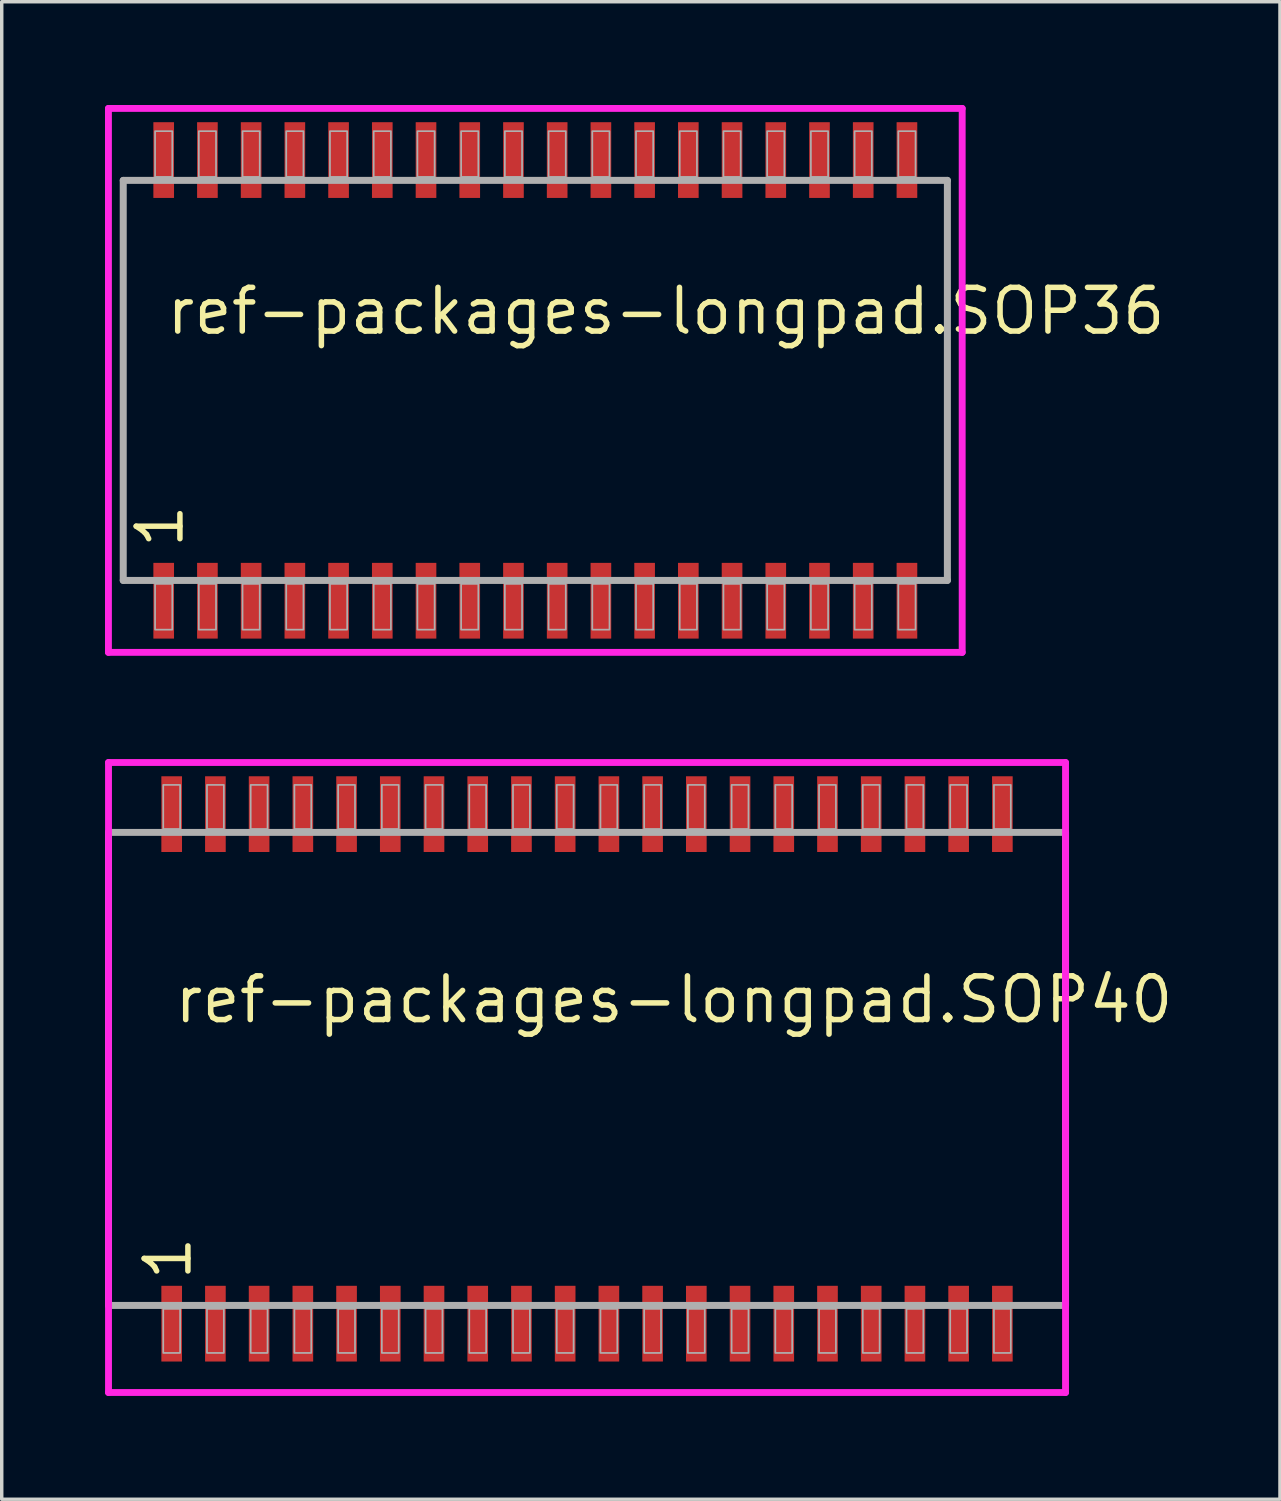
<source format=kicad_pcb>
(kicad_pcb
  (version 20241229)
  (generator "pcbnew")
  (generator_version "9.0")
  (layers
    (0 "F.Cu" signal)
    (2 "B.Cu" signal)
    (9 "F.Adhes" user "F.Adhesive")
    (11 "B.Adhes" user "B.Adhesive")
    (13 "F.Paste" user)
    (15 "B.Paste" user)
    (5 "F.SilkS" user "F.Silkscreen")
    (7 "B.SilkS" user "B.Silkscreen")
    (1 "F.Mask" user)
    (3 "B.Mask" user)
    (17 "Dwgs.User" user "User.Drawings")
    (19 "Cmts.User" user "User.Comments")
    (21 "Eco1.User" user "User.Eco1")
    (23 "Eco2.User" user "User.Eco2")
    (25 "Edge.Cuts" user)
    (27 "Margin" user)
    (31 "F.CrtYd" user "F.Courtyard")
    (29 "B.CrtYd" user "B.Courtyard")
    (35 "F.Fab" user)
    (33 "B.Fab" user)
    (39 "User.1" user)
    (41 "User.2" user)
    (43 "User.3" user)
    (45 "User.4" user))
  (footprint "ref-packages-longpad.SOP40"
    (layer "F.Cu")
    (at 14.002 28)
    (property "Reference" "ref-packages-longpad.SOP40" (at -12.065 -1.27 0) (layer "F.SilkS") (effects (font (size 1.27 1.27) (thickness 0.16)) (justify left bottom)))
    (attr smd)
    (fp_line (start -13.9 -8.9) (end 13.9 -8.9) (stroke (width 0.2) (type default)) (layer "F.CrtYd"))
    (fp_line (start -13.9 9.4) (end -13.9 -8.9) (stroke (width 0.2) (type default)) (layer "F.CrtYd"))
    (fp_line (start 13.9 -8.9) (end 13.9 9.4) (stroke (width 0.2) (type default)) (layer "F.CrtYd"))
    (fp_line (start 13.9 9.4) (end -13.9 9.4) (stroke (width 0.2) (type default)) (layer "F.CrtYd"))
    (fp_line (start -13.9 -6.87) (end 13.9 -6.87) (stroke (width 0.203) (type default)) (layer "F.Fab"))
    (fp_line (start -13.9 6.87) (end -13.9 -6.87) (stroke (width 0.203) (type default)) (layer "F.Fab"))
    (fp_line (start 13.9 -6.87) (end 13.9 6.87) (stroke (width 0.203) (type default)) (layer "F.Fab"))
    (fp_line (start 13.9 6.87) (end -13.9 6.87) (stroke (width 0.203) (type default)) (layer "F.Fab"))
    (fp_rect (start -12.31 -6.97) (end -11.82 -8.25) (stroke (width 0.05) (type default)) (fill no) (layer "F.Fab"))
    (fp_rect (start -12.31 8.25) (end -11.82 6.97) (stroke (width 0.05) (type default)) (fill no) (layer "F.Fab"))
    (fp_rect (start -11.04 -6.97) (end -10.55 -8.25) (stroke (width 0.05) (type default)) (fill no) (layer "F.Fab"))
    (fp_rect (start -11.04 8.25) (end -10.55 6.97) (stroke (width 0.05) (type default)) (fill no) (layer "F.Fab"))
    (fp_rect (start -9.77 -6.97) (end -9.28 -8.25) (stroke (width 0.05) (type default)) (fill no) (layer "F.Fab"))
    (fp_rect (start -9.77 8.25) (end -9.28 6.97) (stroke (width 0.05) (type default)) (fill no) (layer "F.Fab"))
    (fp_rect (start -8.5 -6.97) (end -8.01 -8.25) (stroke (width 0.05) (type default)) (fill no) (layer "F.Fab"))
    (fp_rect (start -8.5 8.25) (end -8.01 6.97) (stroke (width 0.05) (type default)) (fill no) (layer "F.Fab"))
    (fp_rect (start -7.23 -6.97) (end -6.74 -8.25) (stroke (width 0.05) (type default)) (fill no) (layer "F.Fab"))
    (fp_rect (start -7.23 8.25) (end -6.74 6.97) (stroke (width 0.05) (type default)) (fill no) (layer "F.Fab"))
    (fp_rect (start -5.96 -6.97) (end -5.47 -8.25) (stroke (width 0.05) (type default)) (fill no) (layer "F.Fab"))
    (fp_rect (start -5.96 8.25) (end -5.47 6.97) (stroke (width 0.05) (type default)) (fill no) (layer "F.Fab"))
    (fp_rect (start -4.69 -6.97) (end -4.2 -8.25) (stroke (width 0.05) (type default)) (fill no) (layer "F.Fab"))
    (fp_rect (start -4.69 8.25) (end -4.2 6.97) (stroke (width 0.05) (type default)) (fill no) (layer "F.Fab"))
    (fp_rect (start -3.42 -6.97) (end -2.93 -8.25) (stroke (width 0.05) (type default)) (fill no) (layer "F.Fab"))
    (fp_rect (start -3.42 8.25) (end -2.93 6.97) (stroke (width 0.05) (type default)) (fill no) (layer "F.Fab"))
    (fp_rect (start -2.15 -6.97) (end -1.66 -8.25) (stroke (width 0.05) (type default)) (fill no) (layer "F.Fab"))
    (fp_rect (start -2.15 8.25) (end -1.66 6.97) (stroke (width 0.05) (type default)) (fill no) (layer "F.Fab"))
    (fp_rect (start -0.88 -6.97) (end -0.39 -8.25) (stroke (width 0.05) (type default)) (fill no) (layer "F.Fab"))
    (fp_rect (start -0.88 8.25) (end -0.39 6.97) (stroke (width 0.05) (type default)) (fill no) (layer "F.Fab"))
    (fp_rect (start 0.39 -6.97) (end 0.88 -8.25) (stroke (width 0.05) (type default)) (fill no) (layer "F.Fab"))
    (fp_rect (start 0.39 8.25) (end 0.88 6.97) (stroke (width 0.05) (type default)) (fill no) (layer "F.Fab"))
    (fp_rect (start 1.66 -6.97) (end 2.15 -8.25) (stroke (width 0.05) (type default)) (fill no) (layer "F.Fab"))
    (fp_rect (start 1.66 8.25) (end 2.15 6.97) (stroke (width 0.05) (type default)) (fill no) (layer "F.Fab"))
    (fp_rect (start 2.93 -6.97) (end 3.42 -8.25) (stroke (width 0.05) (type default)) (fill no) (layer "F.Fab"))
    (fp_rect (start 2.93 8.25) (end 3.42 6.97) (stroke (width 0.05) (type default)) (fill no) (layer "F.Fab"))
    (fp_rect (start 4.2 -6.97) (end 4.69 -8.25) (stroke (width 0.05) (type default)) (fill no) (layer "F.Fab"))
    (fp_rect (start 4.2 8.25) (end 4.69 6.97) (stroke (width 0.05) (type default)) (fill no) (layer "F.Fab"))
    (fp_rect (start 5.47 -6.97) (end 5.96 -8.25) (stroke (width 0.05) (type default)) (fill no) (layer "F.Fab"))
    (fp_rect (start 5.47 8.25) (end 5.96 6.97) (stroke (width 0.05) (type default)) (fill no) (layer "F.Fab"))
    (fp_rect (start 6.74 -6.97) (end 7.23 -8.25) (stroke (width 0.05) (type default)) (fill no) (layer "F.Fab"))
    (fp_rect (start 6.74 8.25) (end 7.23 6.97) (stroke (width 0.05) (type default)) (fill no) (layer "F.Fab"))
    (fp_rect (start 8.01 -6.97) (end 8.5 -8.25) (stroke (width 0.05) (type default)) (fill no) (layer "F.Fab"))
    (fp_rect (start 8.01 8.25) (end 8.5 6.97) (stroke (width 0.05) (type default)) (fill no) (layer "F.Fab"))
    (fp_rect (start 9.28 -6.97) (end 9.77 -8.25) (stroke (width 0.05) (type default)) (fill no) (layer "F.Fab"))
    (fp_rect (start 9.28 8.25) (end 9.77 6.97) (stroke (width 0.05) (type default)) (fill no) (layer "F.Fab"))
    (fp_rect (start 10.55 -6.97) (end 11.04 -8.25) (stroke (width 0.05) (type default)) (fill no) (layer "F.Fab"))
    (fp_rect (start 10.55 8.25) (end 11.04 6.97) (stroke (width 0.05) (type default)) (fill no) (layer "F.Fab"))
    (fp_rect (start 11.82 -6.97) (end 12.31 -8.25) (stroke (width 0.05) (type default)) (fill no) (layer "F.Fab"))
    (fp_rect (start 11.82 8.25) (end 12.31 6.97) (stroke (width 0.05) (type default)) (fill no) (layer "F.Fab"))
    (fp_text user "1" (at -11.43 6.215 90) (layer "F.SilkS") (effects (font (size 1.27 1.27) (thickness 0.16)) (justify left bottom)))
    (pad "1" smd roundrect (at -12.065 7.4) (size 0.6 2.2) (layers "F.Cu" "F.Mask" "F.Paste") (roundrect_rratio 0.01))
    (pad "2" smd roundrect (at -10.795 7.4) (size 0.6 2.2) (layers "F.Cu" "F.Mask" "F.Paste") (roundrect_rratio 0.01))
    (pad "3" smd roundrect (at -9.525 7.4) (size 0.6 2.2) (layers "F.Cu" "F.Mask" "F.Paste") (roundrect_rratio 0.01))
    (pad "4" smd roundrect (at -8.255 7.4) (size 0.6 2.2) (layers "F.Cu" "F.Mask" "F.Paste") (roundrect_rratio 0.01))
    (pad "5" smd roundrect (at -6.985 7.4) (size 0.6 2.2) (layers "F.Cu" "F.Mask" "F.Paste") (roundrect_rratio 0.01))
    (pad "6" smd roundrect (at -5.715 7.4) (size 0.6 2.2) (layers "F.Cu" "F.Mask" "F.Paste") (roundrect_rratio 0.01))
    (pad "7" smd roundrect (at -4.445 7.4) (size 0.6 2.2) (layers "F.Cu" "F.Mask" "F.Paste") (roundrect_rratio 0.01))
    (pad "8" smd roundrect (at -3.175 7.4) (size 0.6 2.2) (layers "F.Cu" "F.Mask" "F.Paste") (roundrect_rratio 0.01))
    (pad "9" smd roundrect (at -1.905 7.4) (size 0.6 2.2) (layers "F.Cu" "F.Mask" "F.Paste") (roundrect_rratio 0.01))
    (pad "10" smd roundrect (at -0.635 7.4) (size 0.6 2.2) (layers "F.Cu" "F.Mask" "F.Paste") (roundrect_rratio 0.01))
    (pad "11" smd roundrect (at 0.635 7.4) (size 0.6 2.2) (layers "F.Cu" "F.Mask" "F.Paste") (roundrect_rratio 0.01))
    (pad "12" smd roundrect (at 1.905 7.4) (size 0.6 2.2) (layers "F.Cu" "F.Mask" "F.Paste") (roundrect_rratio 0.01))
    (pad "13" smd roundrect (at 3.175 7.4) (size 0.6 2.2) (layers "F.Cu" "F.Mask" "F.Paste") (roundrect_rratio 0.01))
    (pad "14" smd roundrect (at 4.445 7.4) (size 0.6 2.2) (layers "F.Cu" "F.Mask" "F.Paste") (roundrect_rratio 0.01))
    (pad "15" smd roundrect (at 5.715 7.4) (size 0.6 2.2) (layers "F.Cu" "F.Mask" "F.Paste") (roundrect_rratio 0.01))
    (pad "16" smd roundrect (at 6.985 7.4) (size 0.6 2.2) (layers "F.Cu" "F.Mask" "F.Paste") (roundrect_rratio 0.01))
    (pad "17" smd roundrect (at 8.255 7.4) (size 0.6 2.2) (layers "F.Cu" "F.Mask" "F.Paste") (roundrect_rratio 0.01))
    (pad "18" smd roundrect (at 9.525 7.4) (size 0.6 2.2) (layers "F.Cu" "F.Mask" "F.Paste") (roundrect_rratio 0.01))
    (pad "19" smd roundrect (at 10.795 7.4) (size 0.6 2.2) (layers "F.Cu" "F.Mask" "F.Paste") (roundrect_rratio 0.01))
    (pad "20" smd roundrect (at 12.065 7.4) (size 0.6 2.2) (layers "F.Cu" "F.Mask" "F.Paste") (roundrect_rratio 0.01))
    (pad "21" smd roundrect (at 12.065 -7.4) (size 0.6 2.2) (layers "F.Cu" "F.Mask" "F.Paste") (roundrect_rratio 0.01))
    (pad "22" smd roundrect (at 10.795 -7.4) (size 0.6 2.2) (layers "F.Cu" "F.Mask" "F.Paste") (roundrect_rratio 0.01))
    (pad "23" smd roundrect (at 9.525 -7.4) (size 0.6 2.2) (layers "F.Cu" "F.Mask" "F.Paste") (roundrect_rratio 0.01))
    (pad "24" smd roundrect (at 8.255 -7.4) (size 0.6 2.2) (layers "F.Cu" "F.Mask" "F.Paste") (roundrect_rratio 0.01))
    (pad "25" smd roundrect (at 6.985 -7.4) (size 0.6 2.2) (layers "F.Cu" "F.Mask" "F.Paste") (roundrect_rratio 0.01))
    (pad "26" smd roundrect (at 5.715 -7.4) (size 0.6 2.2) (layers "F.Cu" "F.Mask" "F.Paste") (roundrect_rratio 0.01))
    (pad "27" smd roundrect (at 4.445 -7.4) (size 0.6 2.2) (layers "F.Cu" "F.Mask" "F.Paste") (roundrect_rratio 0.01))
    (pad "28" smd roundrect (at 3.175 -7.4) (size 0.6 2.2) (layers "F.Cu" "F.Mask" "F.Paste") (roundrect_rratio 0.01))
    (pad "29" smd roundrect (at 1.905 -7.4) (size 0.6 2.2) (layers "F.Cu" "F.Mask" "F.Paste") (roundrect_rratio 0.01))
    (pad "30" smd roundrect (at 0.635 -7.4) (size 0.6 2.2) (layers "F.Cu" "F.Mask" "F.Paste") (roundrect_rratio 0.01))
    (pad "31" smd roundrect (at -0.635 -7.4) (size 0.6 2.2) (layers "F.Cu" "F.Mask" "F.Paste") (roundrect_rratio 0.01))
    (pad "32" smd roundrect (at -1.905 -7.4) (size 0.6 2.2) (layers "F.Cu" "F.Mask" "F.Paste") (roundrect_rratio 0.01))
    (pad "33" smd roundrect (at -3.175 -7.4) (size 0.6 2.2) (layers "F.Cu" "F.Mask" "F.Paste") (roundrect_rratio 0.01))
    (pad "34" smd roundrect (at -4.445 -7.4) (size 0.6 2.2) (layers "F.Cu" "F.Mask" "F.Paste") (roundrect_rratio 0.01))
    (pad "35" smd roundrect (at -5.715 -7.4) (size 0.6 2.2) (layers "F.Cu" "F.Mask" "F.Paste") (roundrect_rratio 0.01))
    (pad "36" smd roundrect (at -6.985 -7.4) (size 0.6 2.2) (layers "F.Cu" "F.Mask" "F.Paste") (roundrect_rratio 0.01))
    (pad "37" smd roundrect (at -8.255 -7.4) (size 0.6 2.2) (layers "F.Cu" "F.Mask" "F.Paste") (roundrect_rratio 0.01))
    (pad "38" smd roundrect (at -9.525 -7.4) (size 0.6 2.2) (layers "F.Cu" "F.Mask" "F.Paste") (roundrect_rratio 0.01))
    (pad "39" smd roundrect (at -10.795 -7.4) (size 0.6 2.2) (layers "F.Cu" "F.Mask" "F.Paste") (roundrect_rratio 0.01))
    (pad "40" smd roundrect (at -12.065 -7.4) (size 0.6 2.2) (layers "F.Cu" "F.Mask" "F.Paste") (roundrect_rratio 0.01)))
  (footprint "ref-packages-longpad.SOP36"
    (layer "F.Cu")
    (at 12.5 8)
    (property "Reference" "ref-packages-longpad.SOP36" (at -10.795 -1.27 0) (layer "F.SilkS") (effects (font (size 1.27 1.27) (thickness 0.16)) (justify left bottom)))
    (attr smd)
    (fp_line (start -12.4 -7.9) (end 12.4 -7.9) (stroke (width 0.2) (type default)) (layer "F.CrtYd"))
    (fp_line (start -12.4 7.9) (end -12.4 -7.9) (stroke (width 0.2) (type default)) (layer "F.CrtYd"))
    (fp_line (start 12.4 -7.9) (end 12.4 7.9) (stroke (width 0.2) (type default)) (layer "F.CrtYd"))
    (fp_line (start 12.4 7.9) (end -12.4 7.9) (stroke (width 0.2) (type default)) (layer "F.CrtYd"))
    (fp_line (start -11.97 -5.81) (end 11.97 -5.81) (stroke (width 0.203) (type default)) (layer "F.Fab"))
    (fp_line (start -11.97 5.81) (end -11.97 -5.81) (stroke (width 0.203) (type default)) (layer "F.Fab"))
    (fp_line (start 11.97 -5.81) (end 11.97 5.81) (stroke (width 0.203) (type default)) (layer "F.Fab"))
    (fp_line (start 11.97 5.81) (end -11.97 5.81) (stroke (width 0.203) (type default)) (layer "F.Fab"))
    (fp_rect (start -11.045 -5.91) (end -10.545 -7.24) (stroke (width 0.05) (type default)) (fill no) (layer "F.Fab"))
    (fp_rect (start -11.045 7.24) (end -10.545 5.91) (stroke (width 0.05) (type default)) (fill no) (layer "F.Fab"))
    (fp_rect (start -9.775 -5.91) (end -9.275 -7.24) (stroke (width 0.05) (type default)) (fill no) (layer "F.Fab"))
    (fp_rect (start -9.775 7.24) (end -9.275 5.91) (stroke (width 0.05) (type default)) (fill no) (layer "F.Fab"))
    (fp_rect (start -8.505 -5.91) (end -8.005 -7.24) (stroke (width 0.05) (type default)) (fill no) (layer "F.Fab"))
    (fp_rect (start -8.505 7.24) (end -8.005 5.91) (stroke (width 0.05) (type default)) (fill no) (layer "F.Fab"))
    (fp_rect (start -7.235 -5.91) (end -6.735 -7.24) (stroke (width 0.05) (type default)) (fill no) (layer "F.Fab"))
    (fp_rect (start -7.235 7.24) (end -6.735 5.91) (stroke (width 0.05) (type default)) (fill no) (layer "F.Fab"))
    (fp_rect (start -5.965 -5.91) (end -5.465 -7.24) (stroke (width 0.05) (type default)) (fill no) (layer "F.Fab"))
    (fp_rect (start -5.965 7.24) (end -5.465 5.91) (stroke (width 0.05) (type default)) (fill no) (layer "F.Fab"))
    (fp_rect (start -4.695 -5.91) (end -4.195 -7.24) (stroke (width 0.05) (type default)) (fill no) (layer "F.Fab"))
    (fp_rect (start -4.695 7.24) (end -4.195 5.91) (stroke (width 0.05) (type default)) (fill no) (layer "F.Fab"))
    (fp_rect (start -3.425 -5.91) (end -2.925 -7.24) (stroke (width 0.05) (type default)) (fill no) (layer "F.Fab"))
    (fp_rect (start -3.425 7.24) (end -2.925 5.91) (stroke (width 0.05) (type default)) (fill no) (layer "F.Fab"))
    (fp_rect (start -2.155 -5.91) (end -1.655 -7.24) (stroke (width 0.05) (type default)) (fill no) (layer "F.Fab"))
    (fp_rect (start -2.155 7.24) (end -1.655 5.91) (stroke (width 0.05) (type default)) (fill no) (layer "F.Fab"))
    (fp_rect (start -0.885 -5.91) (end -0.385 -7.24) (stroke (width 0.05) (type default)) (fill no) (layer "F.Fab"))
    (fp_rect (start -0.885 7.24) (end -0.385 5.91) (stroke (width 0.05) (type default)) (fill no) (layer "F.Fab"))
    (fp_rect (start 0.385 -5.91) (end 0.885 -7.24) (stroke (width 0.05) (type default)) (fill no) (layer "F.Fab"))
    (fp_rect (start 0.385 7.24) (end 0.885 5.91) (stroke (width 0.05) (type default)) (fill no) (layer "F.Fab"))
    (fp_rect (start 1.655 -5.91) (end 2.155 -7.24) (stroke (width 0.05) (type default)) (fill no) (layer "F.Fab"))
    (fp_rect (start 1.655 7.24) (end 2.155 5.91) (stroke (width 0.05) (type default)) (fill no) (layer "F.Fab"))
    (fp_rect (start 2.925 -5.91) (end 3.425 -7.24) (stroke (width 0.05) (type default)) (fill no) (layer "F.Fab"))
    (fp_rect (start 2.925 7.24) (end 3.425 5.91) (stroke (width 0.05) (type default)) (fill no) (layer "F.Fab"))
    (fp_rect (start 4.195 -5.91) (end 4.695 -7.24) (stroke (width 0.05) (type default)) (fill no) (layer "F.Fab"))
    (fp_rect (start 4.195 7.24) (end 4.695 5.91) (stroke (width 0.05) (type default)) (fill no) (layer "F.Fab"))
    (fp_rect (start 5.465 -5.91) (end 5.965 -7.24) (stroke (width 0.05) (type default)) (fill no) (layer "F.Fab"))
    (fp_rect (start 5.465 7.24) (end 5.965 5.91) (stroke (width 0.05) (type default)) (fill no) (layer "F.Fab"))
    (fp_rect (start 6.735 -5.91) (end 7.235 -7.24) (stroke (width 0.05) (type default)) (fill no) (layer "F.Fab"))
    (fp_rect (start 6.735 7.24) (end 7.235 5.91) (stroke (width 0.05) (type default)) (fill no) (layer "F.Fab"))
    (fp_rect (start 8.005 -5.91) (end 8.505 -7.24) (stroke (width 0.05) (type default)) (fill no) (layer "F.Fab"))
    (fp_rect (start 8.005 7.24) (end 8.505 5.91) (stroke (width 0.05) (type default)) (fill no) (layer "F.Fab"))
    (fp_rect (start 9.275 -5.91) (end 9.775 -7.24) (stroke (width 0.05) (type default)) (fill no) (layer "F.Fab"))
    (fp_rect (start 9.275 7.24) (end 9.775 5.91) (stroke (width 0.05) (type default)) (fill no) (layer "F.Fab"))
    (fp_rect (start 10.545 -5.91) (end 11.045 -7.24) (stroke (width 0.05) (type default)) (fill no) (layer "F.Fab"))
    (fp_rect (start 10.545 7.24) (end 11.045 5.91) (stroke (width 0.05) (type default)) (fill no) (layer "F.Fab"))
    (fp_text user "1" (at -10.16 4.945 90) (layer "F.SilkS") (effects (font (size 1.27 1.27) (thickness 0.16)) (justify left bottom)))
    (pad "1" smd roundrect (at -10.795 6.4) (size 0.6 2.2) (layers "F.Cu" "F.Mask" "F.Paste") (roundrect_rratio 0.01))
    (pad "2" smd roundrect (at -9.525 6.4) (size 0.6 2.2) (layers "F.Cu" "F.Mask" "F.Paste") (roundrect_rratio 0.01))
    (pad "3" smd roundrect (at -8.255 6.4) (size 0.6 2.2) (layers "F.Cu" "F.Mask" "F.Paste") (roundrect_rratio 0.01))
    (pad "4" smd roundrect (at -6.985 6.4) (size 0.6 2.2) (layers "F.Cu" "F.Mask" "F.Paste") (roundrect_rratio 0.01))
    (pad "5" smd roundrect (at -5.715 6.4) (size 0.6 2.2) (layers "F.Cu" "F.Mask" "F.Paste") (roundrect_rratio 0.01))
    (pad "6" smd roundrect (at -4.445 6.4) (size 0.6 2.2) (layers "F.Cu" "F.Mask" "F.Paste") (roundrect_rratio 0.01))
    (pad "7" smd roundrect (at -3.175 6.4) (size 0.6 2.2) (layers "F.Cu" "F.Mask" "F.Paste") (roundrect_rratio 0.01))
    (pad "8" smd roundrect (at -1.905 6.4) (size 0.6 2.2) (layers "F.Cu" "F.Mask" "F.Paste") (roundrect_rratio 0.01))
    (pad "9" smd roundrect (at -0.635 6.4) (size 0.6 2.2) (layers "F.Cu" "F.Mask" "F.Paste") (roundrect_rratio 0.01))
    (pad "10" smd roundrect (at 0.635 6.4) (size 0.6 2.2) (layers "F.Cu" "F.Mask" "F.Paste") (roundrect_rratio 0.01))
    (pad "11" smd roundrect (at 1.905 6.4) (size 0.6 2.2) (layers "F.Cu" "F.Mask" "F.Paste") (roundrect_rratio 0.01))
    (pad "12" smd roundrect (at 3.175 6.4) (size 0.6 2.2) (layers "F.Cu" "F.Mask" "F.Paste") (roundrect_rratio 0.01))
    (pad "13" smd roundrect (at 4.445 6.4) (size 0.6 2.2) (layers "F.Cu" "F.Mask" "F.Paste") (roundrect_rratio 0.01))
    (pad "14" smd roundrect (at 5.715 6.4) (size 0.6 2.2) (layers "F.Cu" "F.Mask" "F.Paste") (roundrect_rratio 0.01))
    (pad "15" smd roundrect (at 6.985 6.4) (size 0.6 2.2) (layers "F.Cu" "F.Mask" "F.Paste") (roundrect_rratio 0.01))
    (pad "16" smd roundrect (at 8.255 6.4) (size 0.6 2.2) (layers "F.Cu" "F.Mask" "F.Paste") (roundrect_rratio 0.01))
    (pad "17" smd roundrect (at 9.525 6.4) (size 0.6 2.2) (layers "F.Cu" "F.Mask" "F.Paste") (roundrect_rratio 0.01))
    (pad "18" smd roundrect (at 10.795 6.4) (size 0.6 2.2) (layers "F.Cu" "F.Mask" "F.Paste") (roundrect_rratio 0.01))
    (pad "19" smd roundrect (at 10.795 -6.4) (size 0.6 2.2) (layers "F.Cu" "F.Mask" "F.Paste") (roundrect_rratio 0.01))
    (pad "20" smd roundrect (at 9.525 -6.4) (size 0.6 2.2) (layers "F.Cu" "F.Mask" "F.Paste") (roundrect_rratio 0.01))
    (pad "21" smd roundrect (at 8.255 -6.4) (size 0.6 2.2) (layers "F.Cu" "F.Mask" "F.Paste") (roundrect_rratio 0.01))
    (pad "22" smd roundrect (at 6.985 -6.4) (size 0.6 2.2) (layers "F.Cu" "F.Mask" "F.Paste") (roundrect_rratio 0.01))
    (pad "23" smd roundrect (at 5.715 -6.4) (size 0.6 2.2) (layers "F.Cu" "F.Mask" "F.Paste") (roundrect_rratio 0.01))
    (pad "24" smd roundrect (at 4.445 -6.4) (size 0.6 2.2) (layers "F.Cu" "F.Mask" "F.Paste") (roundrect_rratio 0.01))
    (pad "25" smd roundrect (at 3.175 -6.4) (size 0.6 2.2) (layers "F.Cu" "F.Mask" "F.Paste") (roundrect_rratio 0.01))
    (pad "26" smd roundrect (at 1.905 -6.4) (size 0.6 2.2) (layers "F.Cu" "F.Mask" "F.Paste") (roundrect_rratio 0.01))
    (pad "27" smd roundrect (at 0.635 -6.4) (size 0.6 2.2) (layers "F.Cu" "F.Mask" "F.Paste") (roundrect_rratio 0.01))
    (pad "28" smd roundrect (at -0.635 -6.4) (size 0.6 2.2) (layers "F.Cu" "F.Mask" "F.Paste") (roundrect_rratio 0.01))
    (pad "29" smd roundrect (at -1.905 -6.4) (size 0.6 2.2) (layers "F.Cu" "F.Mask" "F.Paste") (roundrect_rratio 0.01))
    (pad "30" smd roundrect (at -3.175 -6.4) (size 0.6 2.2) (layers "F.Cu" "F.Mask" "F.Paste") (roundrect_rratio 0.01))
    (pad "31" smd roundrect (at -4.445 -6.4) (size 0.6 2.2) (layers "F.Cu" "F.Mask" "F.Paste") (roundrect_rratio 0.01))
    (pad "32" smd roundrect (at -5.715 -6.4) (size 0.6 2.2) (layers "F.Cu" "F.Mask" "F.Paste") (roundrect_rratio 0.01))
    (pad "33" smd roundrect (at -6.985 -6.4) (size 0.6 2.2) (layers "F.Cu" "F.Mask" "F.Paste") (roundrect_rratio 0.01))
    (pad "34" smd roundrect (at -8.255 -6.4) (size 0.6 2.2) (layers "F.Cu" "F.Mask" "F.Paste") (roundrect_rratio 0.01))
    (pad "35" smd roundrect (at -9.525 -6.4) (size 0.6 2.2) (layers "F.Cu" "F.Mask" "F.Paste") (roundrect_rratio 0.01))
    (pad "36" smd roundrect (at -10.795 -6.4) (size 0.6 2.2) (layers "F.Cu" "F.Mask" "F.Paste") (roundrect_rratio 0.01)))
  (gr_rect
    (start -3 -3)
    (end 34.131 40.5)
    (stroke (width 0.1) (type default))
    (fill no)
    (layer "Edge.Cuts")))
</source>
